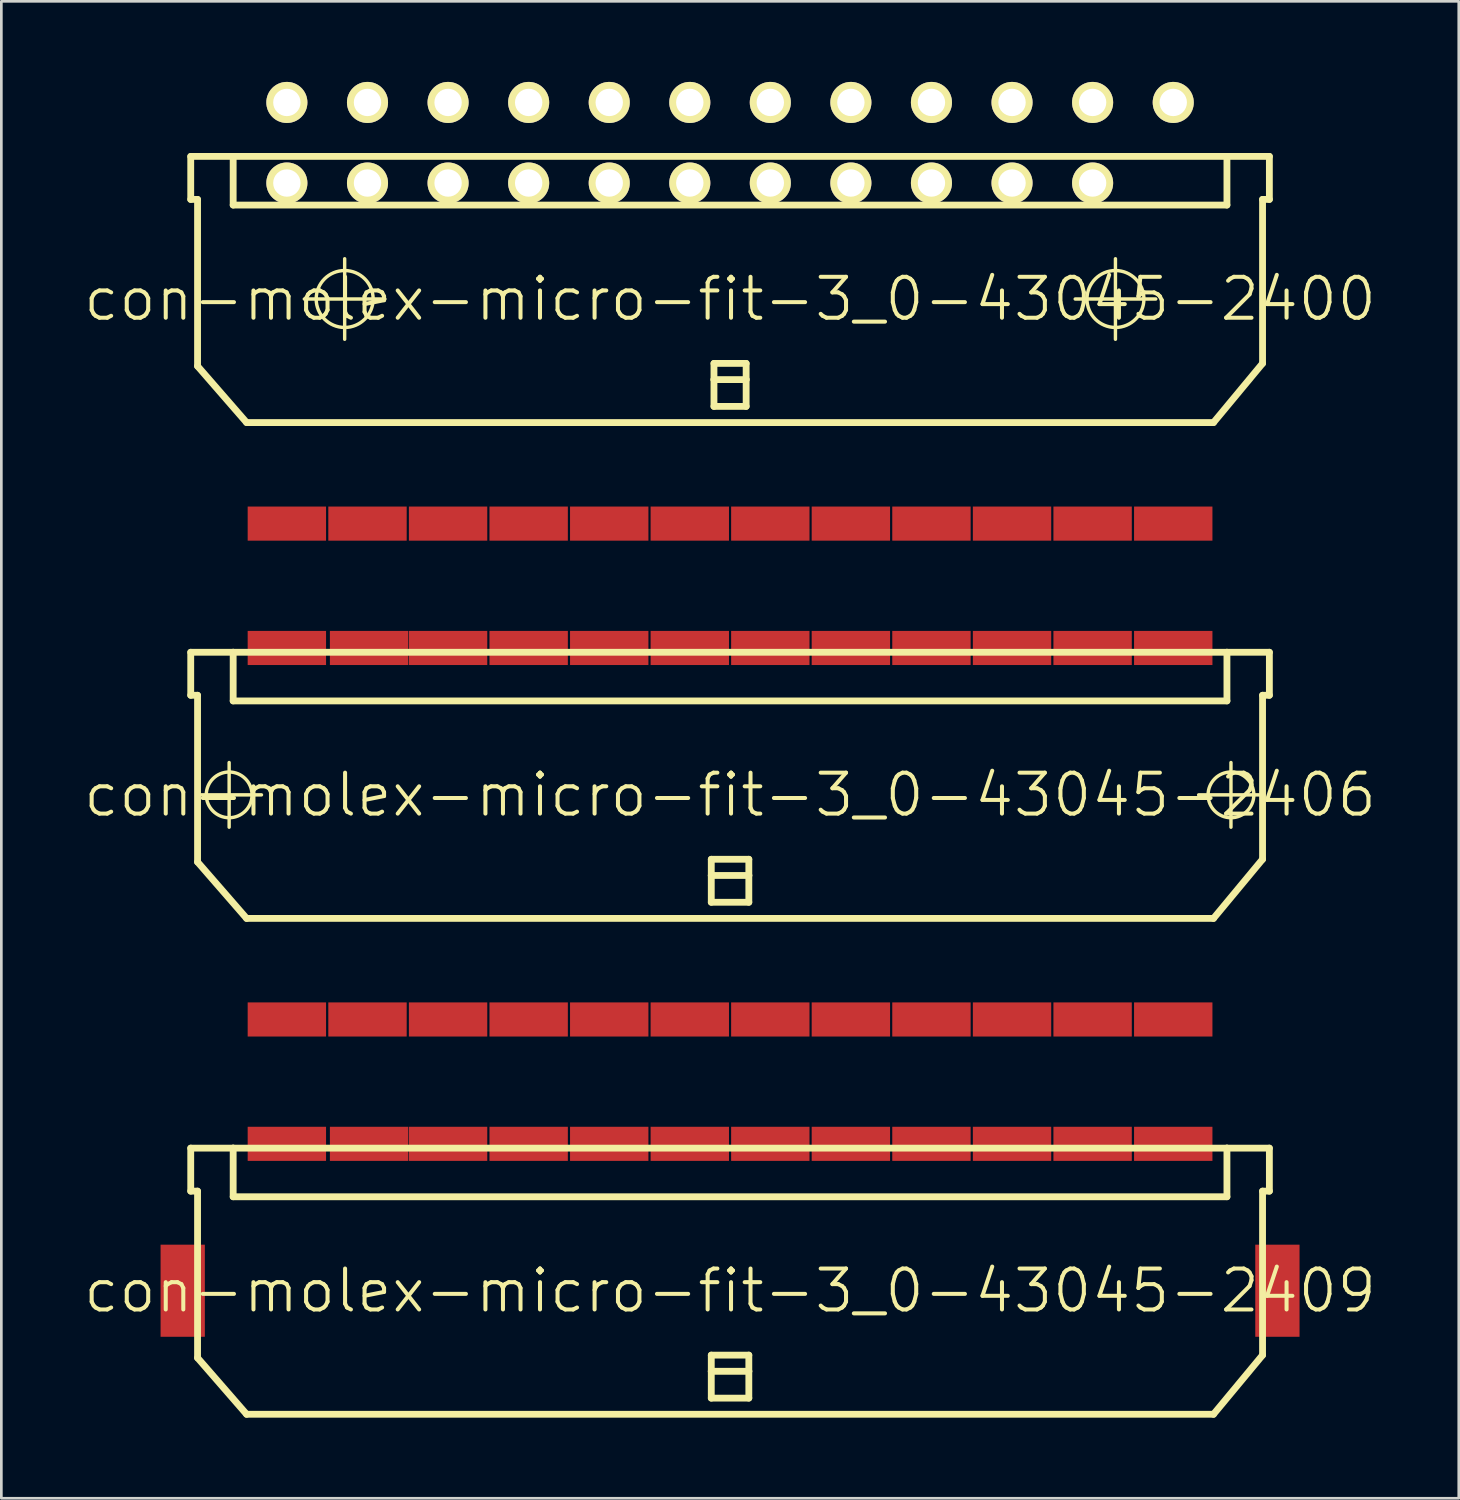
<source format=kicad_pcb>
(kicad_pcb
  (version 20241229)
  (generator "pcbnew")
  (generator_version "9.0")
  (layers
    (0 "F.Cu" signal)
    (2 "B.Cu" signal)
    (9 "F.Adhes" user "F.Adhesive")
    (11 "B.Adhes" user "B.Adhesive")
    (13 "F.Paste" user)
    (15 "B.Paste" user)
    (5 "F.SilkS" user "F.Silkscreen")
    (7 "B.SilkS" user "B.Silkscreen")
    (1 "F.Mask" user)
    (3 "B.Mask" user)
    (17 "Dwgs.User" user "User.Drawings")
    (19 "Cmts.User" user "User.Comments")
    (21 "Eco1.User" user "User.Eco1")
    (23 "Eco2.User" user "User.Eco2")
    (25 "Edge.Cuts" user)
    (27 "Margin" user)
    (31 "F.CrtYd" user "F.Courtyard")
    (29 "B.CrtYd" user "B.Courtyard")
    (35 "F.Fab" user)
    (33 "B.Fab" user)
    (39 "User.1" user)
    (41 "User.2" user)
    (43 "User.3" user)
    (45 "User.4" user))
  (footprint "con-molex-micro-fit-3_0-43045-2400"
    (layer "F.Cu")
    (at 24.13 8.082)
    (property "Reference" "con-molex-micro-fit-3_0-43045-2400" (at 0 0 0) (layer "F.SilkS") (effects (font (size 1.524 1.524) (thickness 0.15))))
    (attr exclude_from_pos_files exclude_from_bom)
    (fp_line (start -20.079 -5.309) (end -20.079 -3.708) (stroke (width 0.254) (type solid)) (layer "F.SilkS"))
    (fp_line (start -20.079 -3.708) (end -19.825 -3.708) (stroke (width 0.254) (type solid)) (layer "F.SilkS"))
    (fp_line (start -19.825 2.499) (end -19.825 -3.708) (stroke (width 0.254) (type solid)) (layer "F.SilkS"))
    (fp_line (start -19.825 2.499) (end -17.998 4.6) (stroke (width 0.254) (type solid)) (layer "F.SilkS"))
    (fp_line (start -18.499 -5.309) (end -20.079 -5.309) (stroke (width 0.254) (type solid)) (layer "F.SilkS"))
    (fp_line (start -18.499 -5.309) (end -18.499 -3.498) (stroke (width 0.254) (type solid)) (layer "F.SilkS"))
    (fp_line (start -18.499 -5.309) (end 18.499 -5.309) (stroke (width 0.254) (type solid)) (layer "F.SilkS"))
    (fp_line (start -18.499 -3.498) (end 18.499 -3.498) (stroke (width 0.254) (type solid)) (layer "F.SilkS"))
    (fp_line (start -15.85 0) (end -12.85 0) (stroke (width 0.127) (type solid)) (layer "F.SilkS"))
    (fp_line (start -14.348 1.499) (end -14.348 -1.499) (stroke (width 0.127) (type solid)) (layer "F.SilkS"))
    (fp_line (start -4.829 -5.309) (end -18.499 -5.309) (stroke (width 0.127) (type solid)) (layer "F.SilkS"))
    (fp_line (start -4.823 -5.309) (end -18.499 -5.309) (stroke (width 0.127) (type solid)) (layer "F.SilkS"))
    (fp_line (start -0.599 2.398) (end 0.599 2.398) (stroke (width 0.254) (type solid)) (layer "F.SilkS"))
    (fp_line (start -0.599 3) (end -0.599 2.398) (stroke (width 0.254) (type solid)) (layer "F.SilkS"))
    (fp_line (start -0.599 3) (end 0.599 3) (stroke (width 0.254) (type solid)) (layer "F.SilkS"))
    (fp_line (start -0.599 3.998) (end -0.599 3) (stroke (width 0.254) (type solid)) (layer "F.SilkS"))
    (fp_line (start 0.599 2.398) (end 0.599 3) (stroke (width 0.254) (type solid)) (layer "F.SilkS"))
    (fp_line (start 0.599 3) (end 0.599 3.998) (stroke (width 0.254) (type solid)) (layer "F.SilkS"))
    (fp_line (start 0.599 3.998) (end -0.599 3.998) (stroke (width 0.254) (type solid)) (layer "F.SilkS"))
    (fp_line (start 12.85 0) (end 15.85 0) (stroke (width 0.127) (type solid)) (layer "F.SilkS"))
    (fp_line (start 14.348 1.499) (end 14.348 -1.499) (stroke (width 0.127) (type solid)) (layer "F.SilkS"))
    (fp_line (start 17.998 4.6) (end -17.998 4.6) (stroke (width 0.254) (type solid)) (layer "F.SilkS"))
    (fp_line (start 18.499 -5.309) (end 20.079 -5.309) (stroke (width 0.254) (type solid)) (layer "F.SilkS"))
    (fp_line (start 18.499 -3.498) (end 18.499 -5.309) (stroke (width 0.254) (type solid)) (layer "F.SilkS"))
    (fp_line (start 19.825 -3.708) (end 19.825 2.398) (stroke (width 0.254) (type solid)) (layer "F.SilkS"))
    (fp_line (start 19.825 2.398) (end 17.998 4.6) (stroke (width 0.254) (type solid)) (layer "F.SilkS"))
    (fp_line (start 20.079 -5.309) (end 20.079 -3.708) (stroke (width 0.254) (type solid)) (layer "F.SilkS"))
    (fp_line (start 20.079 -3.708) (end 19.825 -3.708) (stroke (width 0.254) (type solid)) (layer "F.SilkS"))
    (fp_circle (center -14.348 0) (end -15.098 0.749) (stroke (width 0.127) (type solid)) (fill no) (layer "F.SilkS"))
    (fp_circle (center 14.348 0) (end 15.098 0.749) (stroke (width 0.127) (type solid)) (fill no) (layer "F.SilkS"))
    (pad "P$1" thru_hole rect (at 16.5 -4.318) (size 0.001 0.001) (drill 1.019) (layers "*.Cu" "F.Mask" "F.SilkS" "F.Paste"))
    (pad "P$2" thru_hole circle (at 13.498 -4.318) (size 1.529 1.529) (drill 1.019) (layers "*.Cu" "F.Mask" "F.SilkS" "F.Paste"))
    (pad "P$3" thru_hole circle (at 10.498 -4.318) (size 1.529 1.529) (drill 1.019) (layers "*.Cu" "F.Mask" "F.SilkS" "F.Paste"))
    (pad "P$4" thru_hole circle (at 7.498 -4.318) (size 1.529 1.529) (drill 1.019) (layers "*.Cu" "F.Mask" "F.SilkS" "F.Paste"))
    (pad "P$5" thru_hole circle (at 4.498 -4.318) (size 1.529 1.529) (drill 1.019) (layers "*.Cu" "F.Mask" "F.SilkS" "F.Paste"))
    (pad "P$6" thru_hole circle (at 1.499 -4.318) (size 1.529 1.529) (drill 1.019) (layers "*.Cu" "F.Mask" "F.SilkS" "F.Paste"))
    (pad "P$7" thru_hole circle (at -1.499 -4.318) (size 1.529 1.529) (drill 1.019) (layers "*.Cu" "F.Mask" "F.SilkS" "F.Paste"))
    (pad "P$8" thru_hole circle (at -4.498 -4.318) (size 1.529 1.529) (drill 1.019) (layers "*.Cu" "F.Mask" "F.SilkS" "F.Paste"))
    (pad "P$9" thru_hole circle (at -7.498 -4.318) (size 1.529 1.529) (drill 1.019) (layers "*.Cu" "F.Mask" "F.SilkS" "F.Paste"))
    (pad "P$10" thru_hole circle (at -10.498 -4.318) (size 1.529 1.529) (drill 1.019) (layers "*.Cu" "F.Mask" "F.SilkS" "F.Paste"))
    (pad "P$11" thru_hole circle (at -13.498 -4.318) (size 1.529 1.529) (drill 1.019) (layers "*.Cu" "F.Mask" "F.SilkS" "F.Paste"))
    (pad "P$12" thru_hole circle (at -16.5 -4.318) (size 1.529 1.529) (drill 1.019) (layers "*.Cu" "F.Mask" "F.SilkS" "F.Paste"))
    (pad "P$13" thru_hole circle (at 16.5 -7.318) (size 1.529 1.529) (drill 1.019) (layers "*.Cu" "F.Mask" "F.SilkS" "F.Paste"))
    (pad "P$14" thru_hole circle (at 13.498 -7.318) (size 1.529 1.529) (drill 1.019) (layers "*.Cu" "F.Mask" "F.SilkS" "F.Paste"))
    (pad "P$15" thru_hole circle (at 10.498 -7.318) (size 1.529 1.529) (drill 1.019) (layers "*.Cu" "F.Mask" "F.SilkS" "F.Paste"))
    (pad "P$16" thru_hole circle (at 7.498 -7.318) (size 1.529 1.529) (drill 1.019) (layers "*.Cu" "F.Mask" "F.SilkS" "F.Paste"))
    (pad "P$17" thru_hole circle (at 4.498 -7.318) (size 1.529 1.529) (drill 1.019) (layers "*.Cu" "F.Mask" "F.SilkS" "F.Paste"))
    (pad "P$18" thru_hole circle (at 1.499 -7.318) (size 1.529 1.529) (drill 1.019) (layers "*.Cu" "F.Mask" "F.SilkS" "F.Paste"))
    (pad "P$19" thru_hole circle (at -1.499 -7.318) (size 1.529 1.529) (drill 1.019) (layers "*.Cu" "F.Mask" "F.SilkS" "F.Paste"))
    (pad "P$20" thru_hole circle (at -4.498 -7.318) (size 1.529 1.529) (drill 1.019) (layers "*.Cu" "F.Mask" "F.SilkS" "F.Paste"))
    (pad "P$21" thru_hole circle (at -7.498 -7.318) (size 1.529 1.529) (drill 1.019) (layers "*.Cu" "F.Mask" "F.SilkS" "F.Paste"))
    (pad "P$22" thru_hole circle (at -10.498 -7.318) (size 1.529 1.529) (drill 1.019) (layers "*.Cu" "F.Mask" "F.SilkS" "F.Paste"))
    (pad "P$23" thru_hole circle (at -13.498 -7.318) (size 1.529 1.529) (drill 1.019) (layers "*.Cu" "F.Mask" "F.SilkS" "F.Paste"))
    (pad "P$24" thru_hole circle (at -16.5 -7.318) (size 1.529 1.529) (drill 1.019) (layers "*.Cu" "F.Mask" "F.SilkS" "F.Paste")))
  (footprint "con-molex-micro-fit-3_0-43045-2409"
    (layer "F.Cu")
    (at 24.13 45.004)
    (property "Reference" "con-molex-micro-fit-3_0-43045-2409" (at 0 0 0) (layer "F.SilkS") (effects (font (size 1.524 1.524) (thickness 0.15))))
    (attr smd)
    (fp_line (start -20.079 -5.309) (end -20.079 -3.708) (stroke (width 0.254) (type solid)) (layer "F.SilkS"))
    (fp_line (start -20.079 -3.708) (end -19.825 -3.708) (stroke (width 0.254) (type solid)) (layer "F.SilkS"))
    (fp_line (start -19.825 2.499) (end -19.825 -3.708) (stroke (width 0.254) (type solid)) (layer "F.SilkS"))
    (fp_line (start -19.825 2.499) (end -17.998 4.6) (stroke (width 0.254) (type solid)) (layer "F.SilkS"))
    (fp_line (start -18.499 -5.309) (end -20.079 -5.309) (stroke (width 0.254) (type solid)) (layer "F.SilkS"))
    (fp_line (start -18.499 -5.309) (end -18.499 -3.498) (stroke (width 0.254) (type solid)) (layer "F.SilkS"))
    (fp_line (start -18.499 -5.309) (end 18.499 -5.309) (stroke (width 0.254) (type solid)) (layer "F.SilkS"))
    (fp_line (start -18.499 -3.498) (end 18.499 -3.498) (stroke (width 0.254) (type solid)) (layer "F.SilkS"))
    (fp_line (start -4.829 -5.309) (end -18.499 -5.309) (stroke (width 0.127) (type solid)) (layer "F.SilkS"))
    (fp_line (start -4.823 -5.309) (end -18.499 -5.309) (stroke (width 0.127) (type solid)) (layer "F.SilkS"))
    (fp_line (start -0.699 2.398) (end 0.699 2.398) (stroke (width 0.254) (type solid)) (layer "F.SilkS"))
    (fp_line (start -0.699 3) (end -0.699 2.398) (stroke (width 0.254) (type solid)) (layer "F.SilkS"))
    (fp_line (start -0.699 3) (end 0.699 3) (stroke (width 0.254) (type solid)) (layer "F.SilkS"))
    (fp_line (start -0.699 3.998) (end -0.699 3) (stroke (width 0.254) (type solid)) (layer "F.SilkS"))
    (fp_line (start 0.699 2.398) (end 0.699 3) (stroke (width 0.254) (type solid)) (layer "F.SilkS"))
    (fp_line (start 0.699 3) (end 0.699 3.998) (stroke (width 0.254) (type solid)) (layer "F.SilkS"))
    (fp_line (start 0.699 3.998) (end -0.699 3.998) (stroke (width 0.254) (type solid)) (layer "F.SilkS"))
    (fp_line (start 17.998 4.6) (end -17.998 4.6) (stroke (width 0.254) (type solid)) (layer "F.SilkS"))
    (fp_line (start 18.499 -5.309) (end 20.079 -5.309) (stroke (width 0.254) (type solid)) (layer "F.SilkS"))
    (fp_line (start 18.499 -3.498) (end 18.499 -5.309) (stroke (width 0.254) (type solid)) (layer "F.SilkS"))
    (fp_line (start 19.825 -3.708) (end 19.825 2.398) (stroke (width 0.254) (type solid)) (layer "F.SilkS"))
    (fp_line (start 19.825 2.398) (end 17.998 4.6) (stroke (width 0.254) (type solid)) (layer "F.SilkS"))
    (fp_line (start 20.079 -5.309) (end 20.079 -3.708) (stroke (width 0.254) (type solid)) (layer "F.SilkS"))
    (fp_line (start 20.079 -3.708) (end 19.825 -3.708) (stroke (width 0.254) (type solid)) (layer "F.SilkS"))
    (pad "P$1" smd rect (at 16.5 -5.469) (size 2.918 1.27) (layers "F.Cu" "F.Mask" "F.Paste"))
    (pad "P$2" smd rect (at 13.498 -5.469) (size 2.918 1.27) (layers "F.Cu" "F.Mask" "F.Paste"))
    (pad "P$3" smd rect (at 10.498 -5.469) (size 2.918 1.27) (layers "F.Cu" "F.Mask" "F.Paste"))
    (pad "P$4" smd rect (at 7.498 -5.469) (size 2.918 1.27) (layers "F.Cu" "F.Mask" "F.Paste"))
    (pad "P$5" smd rect (at 4.498 -5.469) (size 2.918 1.27) (layers "F.Cu" "F.Mask" "F.Paste"))
    (pad "P$6" smd rect (at 1.499 -5.469) (size 2.918 1.27) (layers "F.Cu" "F.Mask" "F.Paste"))
    (pad "P$7" smd rect (at -1.499 -5.469) (size 2.918 1.27) (layers "F.Cu" "F.Mask" "F.Paste"))
    (pad "P$8" smd rect (at -4.498 -5.469) (size 2.918 1.27) (layers "F.Cu" "F.Mask" "F.Paste"))
    (pad "P$9" smd rect (at -7.498 -5.469) (size 2.918 1.27) (layers "F.Cu" "F.Mask" "F.Paste"))
    (pad "P$10" smd rect (at -10.498 -5.469) (size 2.918 1.27) (layers "F.Cu" "F.Mask" "F.Paste"))
    (pad "P$11" smd rect (at -13.439 -5.469) (size 2.918 1.27) (layers "F.Cu" "F.Mask" "F.Paste"))
    (pad "P$12" smd rect (at -16.5 -5.469) (size 2.918 1.27) (layers "F.Cu" "F.Mask" "F.Paste"))
    (pad "P$13" smd rect (at 16.5 -10.099) (size 2.918 1.27) (layers "F.Cu" "F.Mask" "F.Paste"))
    (pad "P$14" smd rect (at 13.498 -10.099) (size 2.918 1.27) (layers "F.Cu" "F.Mask" "F.Paste"))
    (pad "P$15" smd rect (at 10.498 -10.099) (size 2.918 1.27) (layers "F.Cu" "F.Mask" "F.Paste"))
    (pad "P$16" smd rect (at 7.498 -10.099) (size 2.918 1.27) (layers "F.Cu" "F.Mask" "F.Paste"))
    (pad "P$17" smd rect (at 4.498 -10.099) (size 2.918 1.27) (layers "F.Cu" "F.Mask" "F.Paste"))
    (pad "P$18" smd rect (at 1.499 -10.099) (size 2.918 1.27) (layers "F.Cu" "F.Mask" "F.Paste"))
    (pad "P$19" smd rect (at -1.499 -10.099) (size 2.918 1.27) (layers "F.Cu" "F.Mask" "F.Paste"))
    (pad "P$20" smd rect (at -4.498 -10.099) (size 2.918 1.27) (layers "F.Cu" "F.Mask" "F.Paste"))
    (pad "P$21" smd rect (at -7.498 -10.099) (size 2.918 1.27) (layers "F.Cu" "F.Mask" "F.Paste"))
    (pad "P$22" smd rect (at -10.498 -10.099) (size 2.918 1.27) (layers "F.Cu" "F.Mask" "F.Paste"))
    (pad "P$23" smd rect (at -13.498 -10.099) (size 2.918 1.27) (layers "F.Cu" "F.Mask" "F.Paste"))
    (pad "P$24" smd rect (at -16.5 -10.099) (size 2.918 1.27) (layers "F.Cu" "F.Mask" "F.Paste"))
    (pad "TAB1" smd rect (at -20.378 0) (size 1.648 3.429) (layers "F.Cu" "F.Mask" "F.Paste"))
    (pad "TAB2" smd rect (at 20.378 0) (size 1.648 3.429) (layers "F.Cu" "F.Mask" "F.Paste")))
  (footprint "con-molex-micro-fit-3_0-43045-2406"
    (layer "F.Cu")
    (at 24.13 26.543)
    (property "Reference" "con-molex-micro-fit-3_0-43045-2406" (at 0 0 0) (layer "F.SilkS") (effects (font (size 1.524 1.524) (thickness 0.15))))
    (attr smd)
    (fp_line (start -20.079 -5.309) (end -20.079 -3.708) (stroke (width 0.254) (type solid)) (layer "F.SilkS"))
    (fp_line (start -20.079 -3.708) (end -19.825 -3.708) (stroke (width 0.254) (type solid)) (layer "F.SilkS"))
    (fp_line (start -19.853 0) (end -17.445 0) (stroke (width 0.127) (type solid)) (layer "F.SilkS"))
    (fp_line (start -19.825 2.499) (end -19.825 -3.708) (stroke (width 0.254) (type solid)) (layer "F.SilkS"))
    (fp_line (start -19.825 2.499) (end -17.998 4.6) (stroke (width 0.254) (type solid)) (layer "F.SilkS"))
    (fp_line (start -18.649 1.204) (end -18.649 -1.204) (stroke (width 0.127) (type solid)) (layer "F.SilkS"))
    (fp_line (start -18.499 -5.309) (end -20.079 -5.309) (stroke (width 0.254) (type solid)) (layer "F.SilkS"))
    (fp_line (start -18.499 -5.309) (end -18.499 -3.498) (stroke (width 0.254) (type solid)) (layer "F.SilkS"))
    (fp_line (start -18.499 -5.309) (end 18.499 -5.309) (stroke (width 0.254) (type solid)) (layer "F.SilkS"))
    (fp_line (start -18.499 -3.498) (end 18.499 -3.498) (stroke (width 0.254) (type solid)) (layer "F.SilkS"))
    (fp_line (start -4.829 -5.309) (end -18.499 -5.309) (stroke (width 0.127) (type solid)) (layer "F.SilkS"))
    (fp_line (start -4.823 -5.309) (end -18.499 -5.309) (stroke (width 0.127) (type solid)) (layer "F.SilkS"))
    (fp_line (start -0.699 2.398) (end 0.699 2.398) (stroke (width 0.254) (type solid)) (layer "F.SilkS"))
    (fp_line (start -0.699 3) (end -0.699 2.398) (stroke (width 0.254) (type solid)) (layer "F.SilkS"))
    (fp_line (start -0.699 3) (end 0.699 3) (stroke (width 0.254) (type solid)) (layer "F.SilkS"))
    (fp_line (start -0.699 3.998) (end -0.699 3) (stroke (width 0.254) (type solid)) (layer "F.SilkS"))
    (fp_line (start 0.699 2.398) (end 0.699 3) (stroke (width 0.254) (type solid)) (layer "F.SilkS"))
    (fp_line (start 0.699 3) (end 0.699 3.998) (stroke (width 0.254) (type solid)) (layer "F.SilkS"))
    (fp_line (start 0.699 3.998) (end -0.699 3.998) (stroke (width 0.254) (type solid)) (layer "F.SilkS"))
    (fp_line (start 17.445 0) (end 19.853 0) (stroke (width 0.127) (type solid)) (layer "F.SilkS"))
    (fp_line (start 17.998 4.6) (end -17.998 4.6) (stroke (width 0.254) (type solid)) (layer "F.SilkS"))
    (fp_line (start 18.499 -5.309) (end 20.079 -5.309) (stroke (width 0.254) (type solid)) (layer "F.SilkS"))
    (fp_line (start 18.499 -3.498) (end 18.499 -5.309) (stroke (width 0.254) (type solid)) (layer "F.SilkS"))
    (fp_line (start 18.649 1.204) (end 18.649 -1.204) (stroke (width 0.127) (type solid)) (layer "F.SilkS"))
    (fp_line (start 19.825 -3.708) (end 19.825 2.398) (stroke (width 0.254) (type solid)) (layer "F.SilkS"))
    (fp_line (start 19.825 2.398) (end 17.998 4.6) (stroke (width 0.254) (type solid)) (layer "F.SilkS"))
    (fp_line (start 20.079 -5.309) (end 20.079 -3.708) (stroke (width 0.254) (type solid)) (layer "F.SilkS"))
    (fp_line (start 20.079 -3.708) (end 19.825 -3.708) (stroke (width 0.254) (type solid)) (layer "F.SilkS"))
    (fp_circle (center -18.649 0) (end -19.251 0.602) (stroke (width 0.127) (type solid)) (fill no) (layer "F.SilkS"))
    (fp_circle (center 18.649 0) (end 19.251 0.602) (stroke (width 0.127) (type solid)) (fill no) (layer "F.SilkS"))
    (pad "P$1" smd rect (at 16.5 -5.469) (size 2.918 1.27) (layers "F.Cu" "F.Mask" "F.Paste"))
    (pad "P$2" smd rect (at 13.498 -5.469) (size 2.918 1.27) (layers "F.Cu" "F.Mask" "F.Paste"))
    (pad "P$3" smd rect (at 10.498 -5.469) (size 2.918 1.27) (layers "F.Cu" "F.Mask" "F.Paste"))
    (pad "P$4" smd rect (at 7.498 -5.469) (size 2.918 1.27) (layers "F.Cu" "F.Mask" "F.Paste"))
    (pad "P$5" smd rect (at 4.498 -5.469) (size 2.918 1.27) (layers "F.Cu" "F.Mask" "F.Paste"))
    (pad "P$6" smd rect (at 1.499 -5.469) (size 2.918 1.27) (layers "F.Cu" "F.Mask" "F.Paste"))
    (pad "P$7" smd rect (at -1.499 -5.469) (size 2.918 1.27) (layers "F.Cu" "F.Mask" "F.Paste"))
    (pad "P$8" smd rect (at -4.498 -5.469) (size 2.918 1.27) (layers "F.Cu" "F.Mask" "F.Paste"))
    (pad "P$9" smd rect (at -7.498 -5.469) (size 2.918 1.27) (layers "F.Cu" "F.Mask" "F.Paste"))
    (pad "P$10" smd rect (at -10.498 -5.469) (size 2.918 1.27) (layers "F.Cu" "F.Mask" "F.Paste"))
    (pad "P$11" smd rect (at -13.439 -5.469) (size 2.918 1.27) (layers "F.Cu" "F.Mask" "F.Paste"))
    (pad "P$12" smd rect (at -16.5 -5.469) (size 2.918 1.27) (layers "F.Cu" "F.Mask" "F.Paste"))
    (pad "P$13" smd rect (at 16.5 -10.099) (size 2.918 1.27) (layers "F.Cu" "F.Mask" "F.Paste"))
    (pad "P$14" smd rect (at 13.498 -10.099) (size 2.918 1.27) (layers "F.Cu" "F.Mask" "F.Paste"))
    (pad "P$15" smd rect (at 10.498 -10.099) (size 2.918 1.27) (layers "F.Cu" "F.Mask" "F.Paste"))
    (pad "P$16" smd rect (at 7.498 -10.099) (size 2.918 1.27) (layers "F.Cu" "F.Mask" "F.Paste"))
    (pad "P$17" smd rect (at 4.498 -10.099) (size 2.918 1.27) (layers "F.Cu" "F.Mask" "F.Paste"))
    (pad "P$18" smd rect (at 1.499 -10.099) (size 2.918 1.27) (layers "F.Cu" "F.Mask" "F.Paste"))
    (pad "P$19" smd rect (at -1.499 -10.099) (size 2.918 1.27) (layers "F.Cu" "F.Mask" "F.Paste"))
    (pad "P$20" smd rect (at -4.498 -10.099) (size 2.918 1.27) (layers "F.Cu" "F.Mask" "F.Paste"))
    (pad "P$21" smd rect (at -7.498 -10.099) (size 2.918 1.27) (layers "F.Cu" "F.Mask" "F.Paste"))
    (pad "P$22" smd rect (at -10.498 -10.099) (size 2.918 1.27) (layers "F.Cu" "F.Mask" "F.Paste"))
    (pad "P$23" smd rect (at -13.498 -10.099) (size 2.918 1.27) (layers "F.Cu" "F.Mask" "F.Paste"))
    (pad "P$24" smd rect (at -16.5 -10.099) (size 2.918 1.27) (layers "F.Cu" "F.Mask" "F.Paste")))
  (gr_rect
    (start -3 -3)
    (end 51.26 52.731)
    (stroke (width 0.1) (type default))
    (fill no)
    (layer "Edge.Cuts")))
</source>
